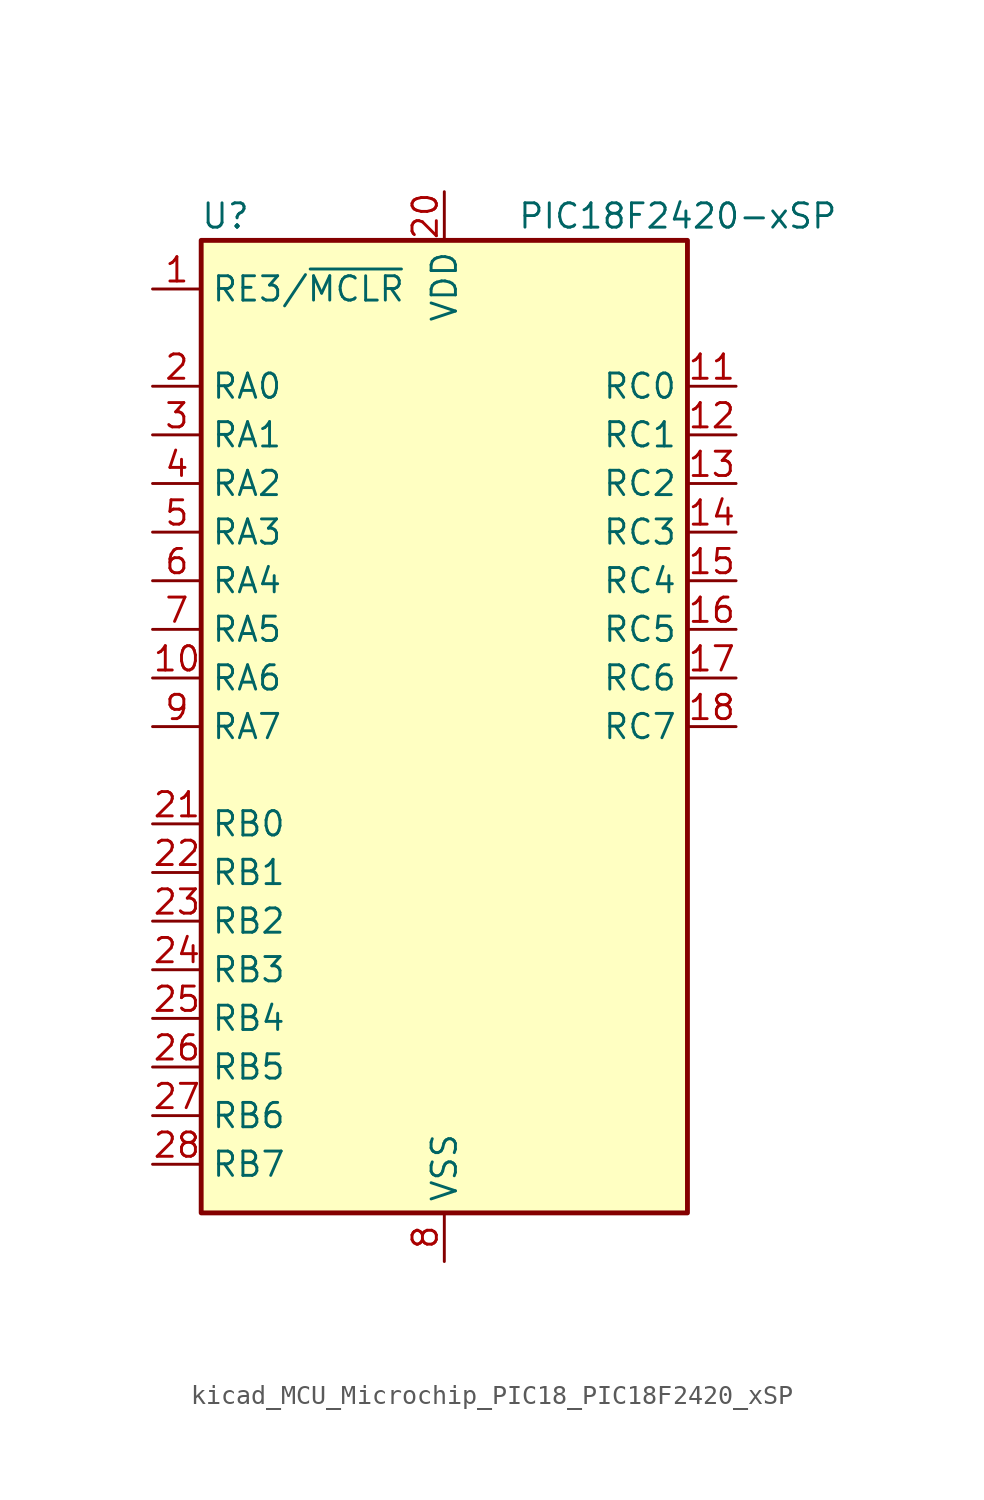
<source format=kicad_sym>
(kicad_symbol_lib
  (version 20220914)
  (generator kicad_symbol_editor)
  (symbol "kicad_MCU_Microchip_PIC18_PIC18F2420_xSP"
    (property "Reference" "U"
      (at -11.43 26.67 0)
      (effects (font (size 1.27 1.27))))
    (property "Value" "PIC18F2420-xSP"
      (at 3.81 26.67 0)
      (effects (font (size 1.27 1.27)) (justify left)))
    (symbol "kicad_MCU_Microchip_PIC18_PIC18F2420_xSP_0_1"
      (rectangle (start -12.7 25.4) (end 12.7 -25.4) (stroke (width 0.254) (type default)) (fill (type background))))
    (symbol "kicad_MCU_Microchip_PIC18_PIC18F2420_xSP_1_1"
      (pin input line (at -15.24 22.86 0) (length 2.54) (name "RE3/~{MCLR}" (effects (font (size 1.27 1.27)))) (number "1" (effects (font (size 1.27 1.27)))))
      (pin bidirectional line (at -15.24 2.54 0) (length 2.54) (name "RA6" (effects (font (size 1.27 1.27)))) (number "10" (effects (font (size 1.27 1.27)))))
      (pin bidirectional line (at 15.24 17.78 180) (length 2.54) (name "RC0" (effects (font (size 1.27 1.27)))) (number "11" (effects (font (size 1.27 1.27)))))
      (pin bidirectional line (at 15.24 15.24 180) (length 2.54) (name "RC1" (effects (font (size 1.27 1.27)))) (number "12" (effects (font (size 1.27 1.27)))))
      (pin bidirectional line (at 15.24 12.7 180) (length 2.54) (name "RC2" (effects (font (size 1.27 1.27)))) (number "13" (effects (font (size 1.27 1.27)))))
      (pin bidirectional line (at 15.24 10.16 180) (length 2.54) (name "RC3" (effects (font (size 1.27 1.27)))) (number "14" (effects (font (size 1.27 1.27)))))
      (pin bidirectional line (at 15.24 7.62 180) (length 2.54) (name "RC4" (effects (font (size 1.27 1.27)))) (number "15" (effects (font (size 1.27 1.27)))))
      (pin bidirectional line (at 15.24 5.08 180) (length 2.54) (name "RC5" (effects (font (size 1.27 1.27)))) (number "16" (effects (font (size 1.27 1.27)))))
      (pin bidirectional line (at 15.24 2.54 180) (length 2.54) (name "RC6" (effects (font (size 1.27 1.27)))) (number "17" (effects (font (size 1.27 1.27)))))
      (pin bidirectional line (at 15.24 0 180) (length 2.54) (name "RC7" (effects (font (size 1.27 1.27)))) (number "18" (effects (font (size 1.27 1.27)))))
      (pin passive line (at 0 -27.94 90) (length 2.54) hide (name "VSS" (effects (font (size 1.27 1.27)))) (number "19" (effects (font (size 1.27 1.27)))))
      (pin bidirectional line (at -15.24 17.78 0) (length 2.54) (name "RA0" (effects (font (size 1.27 1.27)))) (number "2" (effects (font (size 1.27 1.27)))))
      (pin power_in line (at 0 27.94 270) (length 2.54) (name "VDD" (effects (font (size 1.27 1.27)))) (number "20" (effects (font (size 1.27 1.27)))))
      (pin bidirectional line (at -15.24 -5.08 0) (length 2.54) (name "RB0" (effects (font (size 1.27 1.27)))) (number "21" (effects (font (size 1.27 1.27)))))
      (pin bidirectional line (at -15.24 -7.62 0) (length 2.54) (name "RB1" (effects (font (size 1.27 1.27)))) (number "22" (effects (font (size 1.27 1.27)))))
      (pin bidirectional line (at -15.24 -10.16 0) (length 2.54) (name "RB2" (effects (font (size 1.27 1.27)))) (number "23" (effects (font (size 1.27 1.27)))))
      (pin bidirectional line (at -15.24 -12.7 0) (length 2.54) (name "RB3" (effects (font (size 1.27 1.27)))) (number "24" (effects (font (size 1.27 1.27)))))
      (pin bidirectional line (at -15.24 -15.24 0) (length 2.54) (name "RB4" (effects (font (size 1.27 1.27)))) (number "25" (effects (font (size 1.27 1.27)))))
      (pin bidirectional line (at -15.24 -17.78 0) (length 2.54) (name "RB5" (effects (font (size 1.27 1.27)))) (number "26" (effects (font (size 1.27 1.27)))))
      (pin bidirectional line (at -15.24 -20.32 0) (length 2.54) (name "RB6" (effects (font (size 1.27 1.27)))) (number "27" (effects (font (size 1.27 1.27)))))
      (pin bidirectional line (at -15.24 -22.86 0) (length 2.54) (name "RB7" (effects (font (size 1.27 1.27)))) (number "28" (effects (font (size 1.27 1.27)))))
      (pin bidirectional line (at -15.24 15.24 0) (length 2.54) (name "RA1" (effects (font (size 1.27 1.27)))) (number "3" (effects (font (size 1.27 1.27)))))
      (pin bidirectional line (at -15.24 12.7 0) (length 2.54) (name "RA2" (effects (font (size 1.27 1.27)))) (number "4" (effects (font (size 1.27 1.27)))))
      (pin bidirectional line (at -15.24 10.16 0) (length 2.54) (name "RA3" (effects (font (size 1.27 1.27)))) (number "5" (effects (font (size 1.27 1.27)))))
      (pin bidirectional line (at -15.24 7.62 0) (length 2.54) (name "RA4" (effects (font (size 1.27 1.27)))) (number "6" (effects (font (size 1.27 1.27)))))
      (pin bidirectional line (at -15.24 5.08 0) (length 2.54) (name "RA5" (effects (font (size 1.27 1.27)))) (number "7" (effects (font (size 1.27 1.27)))))
      (pin power_in line (at 0 -27.94 90) (length 2.54) (name "VSS" (effects (font (size 1.27 1.27)))) (number "8" (effects (font (size 1.27 1.27)))))
      (pin bidirectional line (at -15.24 0 0) (length 2.54) (name "RA7" (effects (font (size 1.27 1.27)))) (number "9" (effects (font (size 1.27 1.27))))))))
</source>
